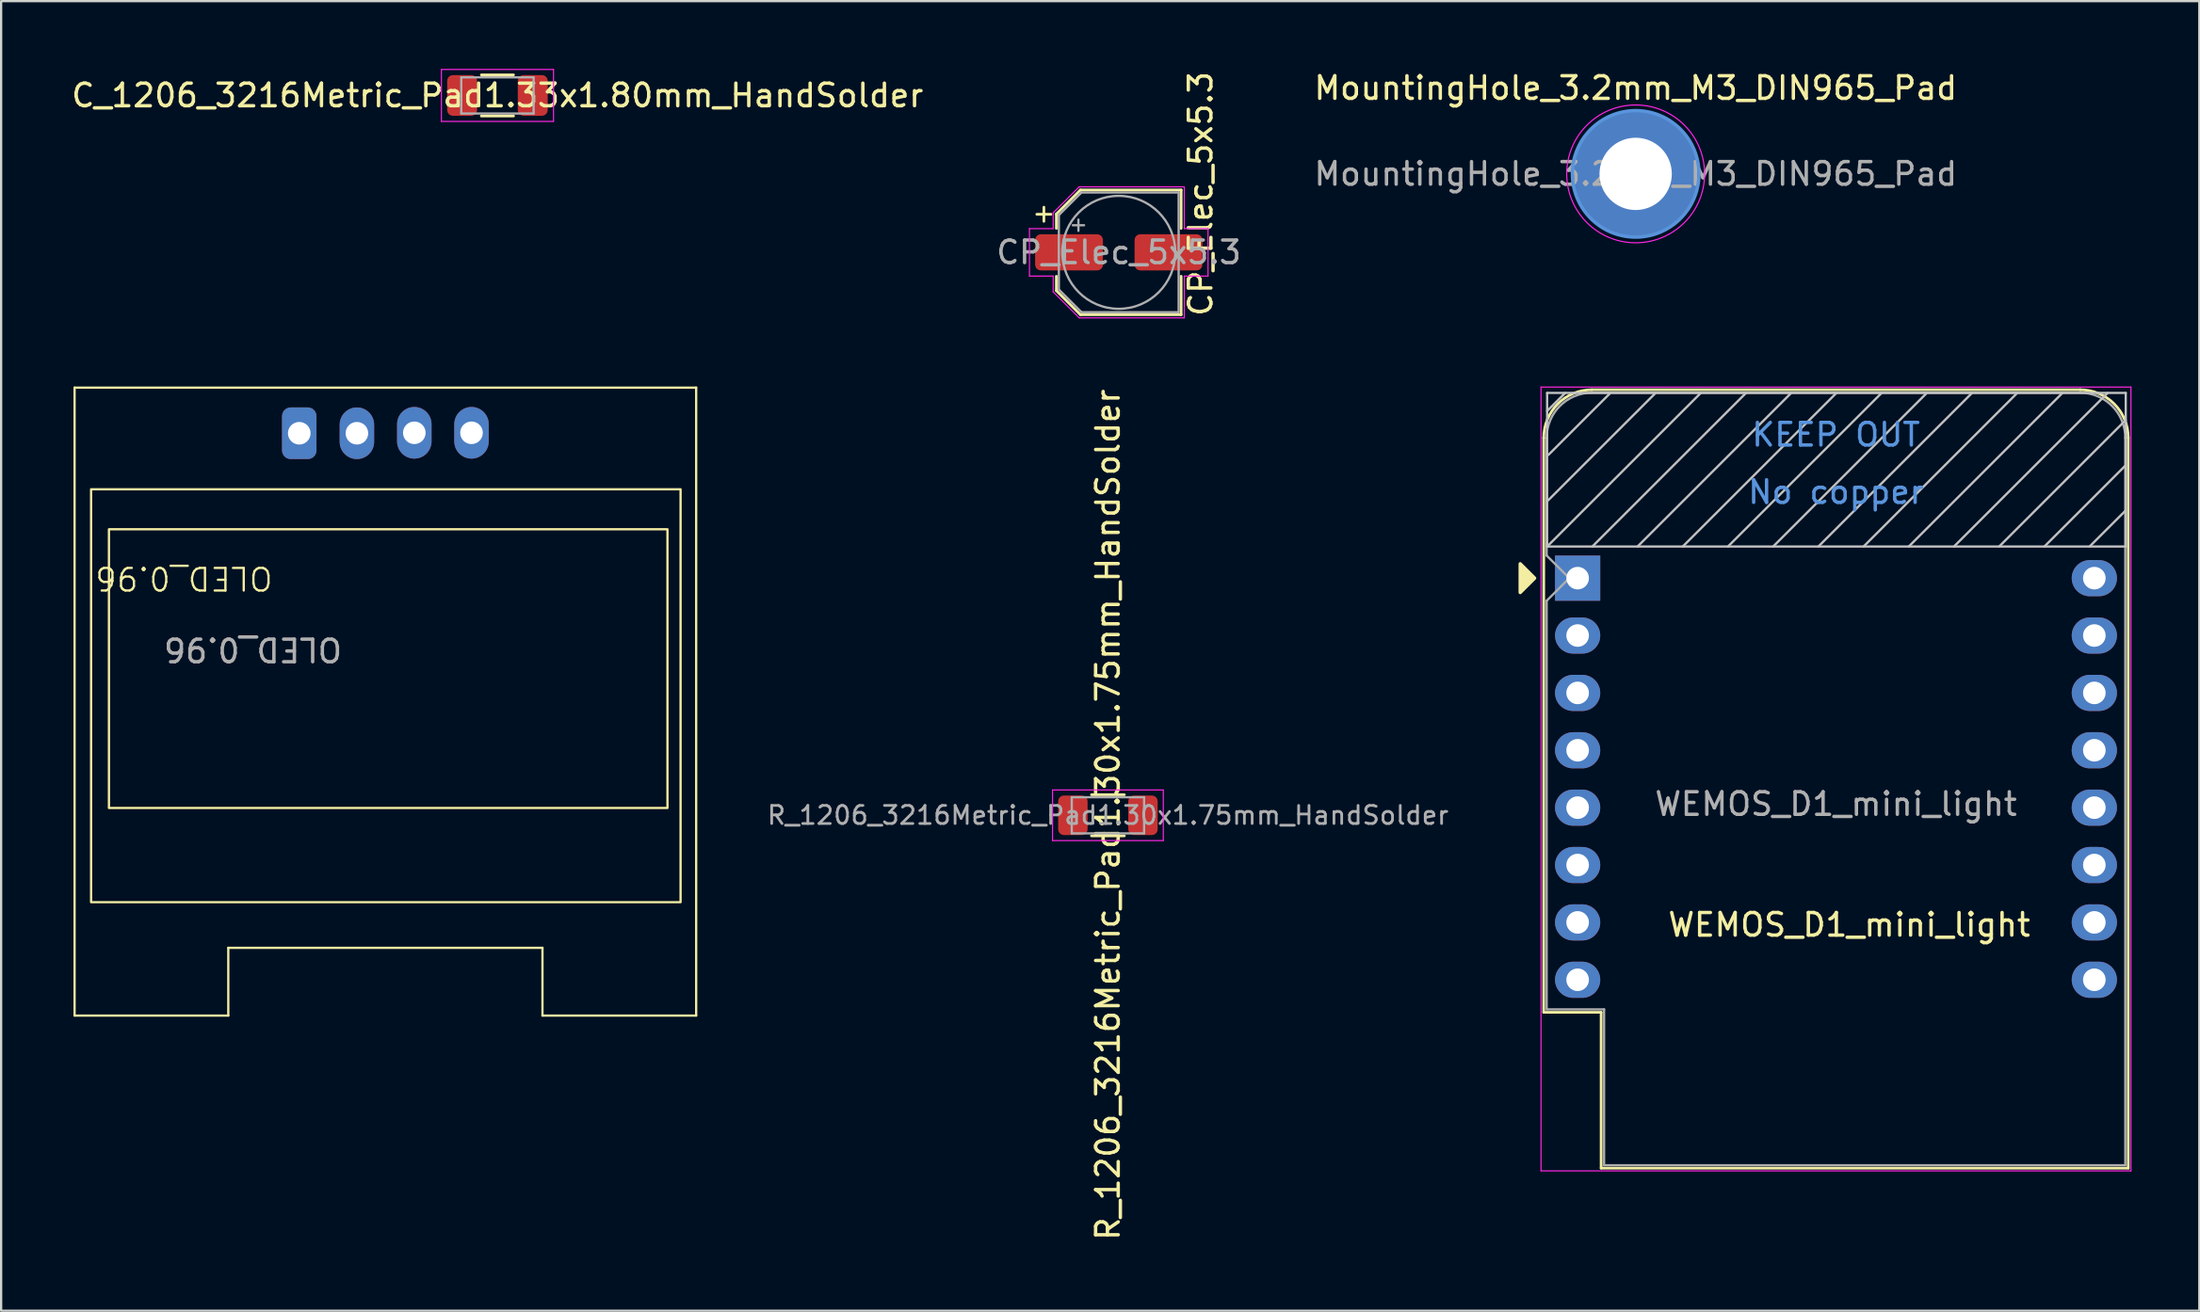
<source format=kicad_pcb>
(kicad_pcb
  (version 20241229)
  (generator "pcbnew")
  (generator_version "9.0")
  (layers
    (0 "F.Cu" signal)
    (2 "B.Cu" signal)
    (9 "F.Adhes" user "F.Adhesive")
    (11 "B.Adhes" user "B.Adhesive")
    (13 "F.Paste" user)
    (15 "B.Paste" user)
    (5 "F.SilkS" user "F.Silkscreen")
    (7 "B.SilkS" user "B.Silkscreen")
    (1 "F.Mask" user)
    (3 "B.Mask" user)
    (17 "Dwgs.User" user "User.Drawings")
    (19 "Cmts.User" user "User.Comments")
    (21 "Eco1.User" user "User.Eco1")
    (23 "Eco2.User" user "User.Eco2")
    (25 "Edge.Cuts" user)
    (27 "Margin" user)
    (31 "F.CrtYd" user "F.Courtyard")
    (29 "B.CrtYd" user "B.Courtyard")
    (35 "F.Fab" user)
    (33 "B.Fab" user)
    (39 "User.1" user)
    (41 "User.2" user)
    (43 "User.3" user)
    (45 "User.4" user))
  (footprint "CP_Elec_5x5.3"
    (layer "F.Cu")
    (at 46.446 8.121)
    (property "Reference" "CP_Elec_5x5.3" (at 3.622 -2.591 90) (layer "F.SilkS") (effects (font (size 1 1) (thickness 0.15))))
    (attr smd)
    (fp_line (start -3.625 -1.685) (end -3 -1.685) (stroke (width 0.12) (type solid)) (layer "F.SilkS"))
    (fp_line (start -3.312 -1.998) (end -3.312 -1.373) (stroke (width 0.12) (type solid)) (layer "F.SilkS"))
    (fp_line (start -2.76 -1.696) (end -2.76 -1.06) (stroke (width 0.12) (type solid)) (layer "F.SilkS"))
    (fp_line (start -2.76 -1.696) (end -1.696 -2.76) (stroke (width 0.12) (type solid)) (layer "F.SilkS"))
    (fp_line (start -2.76 1.696) (end -2.76 1.06) (stroke (width 0.12) (type solid)) (layer "F.SilkS"))
    (fp_line (start -2.76 1.696) (end -1.696 2.76) (stroke (width 0.12) (type solid)) (layer "F.SilkS"))
    (fp_line (start -1.696 -2.76) (end 2.76 -2.76) (stroke (width 0.12) (type solid)) (layer "F.SilkS"))
    (fp_line (start -1.696 2.76) (end 2.76 2.76) (stroke (width 0.12) (type solid)) (layer "F.SilkS"))
    (fp_line (start 2.76 -2.76) (end 2.76 -1.06) (stroke (width 0.12) (type solid)) (layer "F.SilkS"))
    (fp_line (start 2.76 2.76) (end 2.76 1.06) (stroke (width 0.12) (type solid)) (layer "F.SilkS"))
    (fp_line (start -3.95 -1.05) (end -3.95 1.05) (stroke (width 0.05) (type solid)) (layer "F.CrtYd"))
    (fp_line (start -3.95 1.05) (end -2.9 1.05) (stroke (width 0.05) (type solid)) (layer "F.CrtYd"))
    (fp_line (start -2.9 -1.75) (end -2.9 -1.05) (stroke (width 0.05) (type solid)) (layer "F.CrtYd"))
    (fp_line (start -2.9 -1.75) (end -1.75 -2.9) (stroke (width 0.05) (type solid)) (layer "F.CrtYd"))
    (fp_line (start -2.9 -1.05) (end -3.95 -1.05) (stroke (width 0.05) (type solid)) (layer "F.CrtYd"))
    (fp_line (start -2.9 1.05) (end -2.9 1.75) (stroke (width 0.05) (type solid)) (layer "F.CrtYd"))
    (fp_line (start -2.9 1.75) (end -1.75 2.9) (stroke (width 0.05) (type solid)) (layer "F.CrtYd"))
    (fp_line (start -1.75 -2.9) (end 2.9 -2.9) (stroke (width 0.05) (type solid)) (layer "F.CrtYd"))
    (fp_line (start -1.75 2.9) (end 2.9 2.9) (stroke (width 0.05) (type solid)) (layer "F.CrtYd"))
    (fp_line (start 2.9 -2.9) (end 2.9 -1.05) (stroke (width 0.05) (type solid)) (layer "F.CrtYd"))
    (fp_line (start 2.9 -1.05) (end 3.95 -1.05) (stroke (width 0.05) (type solid)) (layer "F.CrtYd"))
    (fp_line (start 2.9 1.05) (end 2.9 2.9) (stroke (width 0.05) (type solid)) (layer "F.CrtYd"))
    (fp_line (start 3.95 -1.05) (end 3.95 1.05) (stroke (width 0.05) (type solid)) (layer "F.CrtYd"))
    (fp_line (start 3.95 1.05) (end 2.9 1.05) (stroke (width 0.05) (type solid)) (layer "F.CrtYd"))
    (fp_line (start -2.65 -1.65) (end -2.65 1.65) (stroke (width 0.1) (type solid)) (layer "F.Fab"))
    (fp_line (start -2.65 -1.65) (end -1.65 -2.65) (stroke (width 0.1) (type solid)) (layer "F.Fab"))
    (fp_line (start -2.65 1.65) (end -1.65 2.65) (stroke (width 0.1) (type solid)) (layer "F.Fab"))
    (fp_line (start -2.034 -1.2) (end -1.534 -1.2) (stroke (width 0.1) (type solid)) (layer "F.Fab"))
    (fp_line (start -1.784 -1.45) (end -1.784 -0.95) (stroke (width 0.1) (type solid)) (layer "F.Fab"))
    (fp_line (start -1.65 -2.65) (end 2.65 -2.65) (stroke (width 0.1) (type solid)) (layer "F.Fab"))
    (fp_line (start -1.65 2.65) (end 2.65 2.65) (stroke (width 0.1) (type solid)) (layer "F.Fab"))
    (fp_line (start 2.65 -2.65) (end 2.65 2.65) (stroke (width 0.1) (type solid)) (layer "F.Fab"))
    (fp_circle (center 0 0) (end 2.5 0) (stroke (width 0.1) (type solid)) (fill no) (layer "F.Fab"))
    (fp_text user "${REFERENCE}" (at 0 0 0) (layer "F.Fab") (effects (font (size 1 1) (thickness 0.15))))
    (pad "1" smd roundrect (at -2.2 0) (size 3 1.6) (layers "F.Cu" "F.Mask" "F.Paste") (roundrect_rratio 0.156))
    (pad "2" smd roundrect (at 2.2 0) (size 3 1.6) (layers "F.Cu" "F.Mask" "F.Paste") (roundrect_rratio 0.156)))
  (footprint "R_1206_3216Metric_Pad1.30x1.75mm_HandSolder"
    (layer "F.Cu")
    (at 45.967 33.043)
    (property "Reference" "R_1206_3216Metric_Pad1.30x1.75mm_HandSolder" (at 0 -0.025 270) (layer "F.SilkS") (effects (font (size 1 1) (thickness 0.15))))
    (attr smd)
    (fp_line (start -0.727 -0.91) (end 0.727 -0.91) (stroke (width 0.12) (type solid)) (layer "F.SilkS"))
    (fp_line (start -0.727 0.91) (end 0.727 0.91) (stroke (width 0.12) (type solid)) (layer "F.SilkS"))
    (fp_line (start -2.45 -1.12) (end 2.45 -1.12) (stroke (width 0.05) (type solid)) (layer "F.CrtYd"))
    (fp_line (start -2.45 1.12) (end -2.45 -1.12) (stroke (width 0.05) (type solid)) (layer "F.CrtYd"))
    (fp_line (start 2.45 -1.12) (end 2.45 1.12) (stroke (width 0.05) (type solid)) (layer "F.CrtYd"))
    (fp_line (start 2.45 1.12) (end -2.45 1.12) (stroke (width 0.05) (type solid)) (layer "F.CrtYd"))
    (fp_line (start -1.6 -0.8) (end 1.6 -0.8) (stroke (width 0.1) (type solid)) (layer "F.Fab"))
    (fp_line (start -1.6 0.8) (end -1.6 -0.8) (stroke (width 0.1) (type solid)) (layer "F.Fab"))
    (fp_line (start 1.6 -0.8) (end 1.6 0.8) (stroke (width 0.1) (type solid)) (layer "F.Fab"))
    (fp_line (start 1.6 0.8) (end -1.6 0.8) (stroke (width 0.1) (type solid)) (layer "F.Fab"))
    (fp_text user "${REFERENCE}" (at 0 0 0) (layer "F.Fab") (effects (font (size 0.8 0.8) (thickness 0.12))))
    (pad "1" smd roundrect (at -1.55 0) (size 1.3 1.75) (layers "F.Cu" "F.Mask" "F.Paste") (roundrect_rratio 0.192))
    (pad "2" smd roundrect (at 1.55 0) (size 1.3 1.75) (layers "F.Cu" "F.Mask" "F.Paste") (roundrect_rratio 0.192)))
  (footprint "OLED_0.96"
    (layer "F.Cu")
    (at 0.25 41.91)
    (property "Reference" "OLED_0.96" (at 4.84 -19.36 180) (unlocked yes) (layer "F.SilkS") (effects (font (size 1 1) (thickness 0.1))))
    (attr through_hole)
    (fp_line (start 0 -27.8) (end 27.5 -27.8) (stroke (width 0.1) (type default)) (layer "F.SilkS"))
    (fp_line (start 0 0) (end 0 -27.8) (stroke (width 0.1) (type default)) (layer "F.SilkS"))
    (fp_line (start 0 0) (end 6.8 0) (stroke (width 0.1) (type default)) (layer "F.SilkS"))
    (fp_line (start 6.8 -3) (end 20.7 -3) (stroke (width 0.1) (type default)) (layer "F.SilkS"))
    (fp_line (start 6.8 0) (end 6.8 -3) (stroke (width 0.1) (type default)) (layer "F.SilkS"))
    (fp_line (start 20.7 0) (end 20.7 -3) (stroke (width 0.1) (type default)) (layer "F.SilkS"))
    (fp_line (start 27.5 -27.8) (end 27.5 0) (stroke (width 0.1) (type default)) (layer "F.SilkS"))
    (fp_line (start 27.5 0) (end 20.7 0) (stroke (width 0.1) (type default)) (layer "F.SilkS"))
    (fp_rect (start 0.73 -23.3) (end 26.81 -5.02) (stroke (width 0.1) (type default)) (fill no) (layer "F.SilkS"))
    (fp_rect (start 1.52 -21.53) (end 26.23 -9.19) (stroke (width 0.1) (type default)) (fill no) (layer "F.SilkS"))
    (fp_text user "${REFERENCE}" (at 7.89 -16.21 180) (unlocked yes) (layer "F.Fab") (effects (font (size 1 1) (thickness 0.15))))
    (pad "1" thru_hole roundrect (at 9.94 -25.78 270) (size 2.286 1.524) (drill 1) (layers "*.Cu" "*.Mask") (roundrect_rratio 0.25))
    (pad "2" thru_hole oval (at 12.49 -25.78 270) (size 2.286 1.524) (drill 1) (layers "*.Cu" "*.Mask"))
    (pad "3" thru_hole oval (at 15.03 -25.8 270) (size 2.286 1.524) (drill 1) (layers "*.Cu" "*.Mask"))
    (pad "4" thru_hole oval (at 17.56 -25.8 270) (size 2.286 1.524) (drill 1) (layers "*.Cu" "*.Mask")))
  (footprint "C_1206_3216Metric_Pad1.33x1.80mm_HandSolder"
    (layer "F.Cu")
    (at 18.958 1.175)
    (property "Reference" "C_1206_3216Metric_Pad1.33x1.80mm_HandSolder" (at 0 0 0) (layer "F.SilkS") (effects (font (size 1 1) (thickness 0.15))))
    (attr smd)
    (fp_line (start -0.711 -0.91) (end 0.711 -0.91) (stroke (width 0.12) (type solid)) (layer "F.SilkS"))
    (fp_line (start -0.711 0.91) (end 0.711 0.91) (stroke (width 0.12) (type solid)) (layer "F.SilkS"))
    (fp_line (start -2.48 -1.15) (end 2.48 -1.15) (stroke (width 0.05) (type solid)) (layer "F.CrtYd"))
    (fp_line (start -2.48 1.15) (end -2.48 -1.15) (stroke (width 0.05) (type solid)) (layer "F.CrtYd"))
    (fp_line (start 2.48 -1.15) (end 2.48 1.15) (stroke (width 0.05) (type solid)) (layer "F.CrtYd"))
    (fp_line (start 2.48 1.15) (end -2.48 1.15) (stroke (width 0.05) (type solid)) (layer "F.CrtYd"))
    (fp_line (start -1.6 -0.8) (end 1.6 -0.8) (stroke (width 0.1) (type solid)) (layer "F.Fab"))
    (fp_line (start -1.6 0.8) (end -1.6 -0.8) (stroke (width 0.1) (type solid)) (layer "F.Fab"))
    (fp_line (start 1.6 -0.8) (end 1.6 0.8) (stroke (width 0.1) (type solid)) (layer "F.Fab"))
    (fp_line (start 1.6 0.8) (end -1.6 0.8) (stroke (width 0.1) (type solid)) (layer "F.Fab"))
    (pad "1" smd roundrect (at -1.562 0) (size 1.325 1.8) (layers "F.Cu" "F.Mask" "F.Paste") (roundrect_rratio 0.189))
    (pad "2" smd roundrect (at 1.562 0) (size 1.325 1.8) (layers "F.Cu" "F.Mask" "F.Paste") (roundrect_rratio 0.189)))
  (footprint "MountingHole_3.2mm_M3_DIN965_Pad"
    (layer "F.Cu")
    (at 69.315 4.648)
    (property "Reference" "MountingHole_3.2mm_M3_DIN965_Pad" (at 0 -3.8 0) (layer "F.SilkS") (effects (font (size 1 1) (thickness 0.15))))
    (attr exclude_from_pos_files)
    (fp_circle (center 0 0) (end 2.8 0) (stroke (width 0.15) (type solid)) (fill no) (layer "Cmts.User"))
    (fp_circle (center 0 0) (end 3.05 0) (stroke (width 0.05) (type solid)) (fill no) (layer "F.CrtYd"))
    (fp_text user "${REFERENCE}" (at 0 0 0) (layer "F.Fab") (effects (font (size 1 1) (thickness 0.15))))
    (pad "1" thru_hole circle (at 0 0) (size 5.6 5.6) (drill 3.2) (layers "*.Cu" "*.Mask")))
  (footprint "WEMOS_D1_mini_light"
    (layer "F.Cu")
    (at 66.748 22.545)
    (property "Reference" "WEMOS_D1_mini_light" (at 12.017 15.347 0) (layer "F.SilkS") (effects (font (size 1 1) (thickness 0.15))))
    (attr through_hole)
    (fp_line (start -1.5 19.22) (end -1.5 -6.21) (stroke (width 0.12) (type solid)) (layer "F.SilkS"))
    (fp_line (start -1.5 19.22) (end 1.04 19.22) (stroke (width 0.12) (type solid)) (layer "F.SilkS"))
    (fp_line (start 1.04 19.22) (end 1.04 26.12) (stroke (width 0.12) (type solid)) (layer "F.SilkS"))
    (fp_line (start 1.04 26.12) (end 24.36 26.12) (stroke (width 0.12) (type solid)) (layer "F.SilkS"))
    (fp_line (start 22.24 -8.34) (end 0.63 -8.34) (stroke (width 0.12) (type solid)) (layer "F.SilkS"))
    (fp_line (start 24.36 26.12) (end 24.36 -6.21) (stroke (width 0.12) (type solid)) (layer "F.SilkS"))
    (fp_arc (start -1.5 -6.21) (mid -0.876137 -7.716137) (end 0.63 -8.34) (stroke (width 0.12) (type solid)) (layer "F.SilkS"))
    (fp_arc (start 22.23 -8.34) (mid 23.736137 -7.716137) (end 24.36 -6.21) (stroke (width 0.12) (type solid)) (layer "F.SilkS"))
    (fp_poly (pts (xy -2.54 -0.635) (xy -2.54 0.635) (xy -1.905 0)) (stroke (width 0.15) (type solid)) (fill yes) (layer "F.SilkS"))
    (fp_line (start -1.35 -8.2) (end -1.35 -1.4) (stroke (width 0.1) (type solid)) (layer "Dwgs.User"))
    (fp_line (start -1.35 -7.4) (end -0.55 -8.2) (stroke (width 0.1) (type solid)) (layer "Dwgs.User"))
    (fp_line (start -1.35 -3.4) (end 3.45 -8.2) (stroke (width 0.1) (type solid)) (layer "Dwgs.User"))
    (fp_line (start -1.35 -1.4) (end 5.45 -8.2) (stroke (width 0.1) (type solid)) (layer "Dwgs.User"))
    (fp_line (start -1.35 -1.4) (end 24.25 -1.4) (stroke (width 0.1) (type solid)) (layer "Dwgs.User"))
    (fp_line (start -1.3 -5.45) (end 1.45 -8.2) (stroke (width 0.1) (type solid)) (layer "Dwgs.User"))
    (fp_line (start 0.65 -1.4) (end 7.45 -8.2) (stroke (width 0.1) (type solid)) (layer "Dwgs.User"))
    (fp_line (start 2.65 -1.4) (end 9.45 -8.2) (stroke (width 0.1) (type solid)) (layer "Dwgs.User"))
    (fp_line (start 4.65 -1.4) (end 11.45 -8.2) (stroke (width 0.1) (type solid)) (layer "Dwgs.User"))
    (fp_line (start 6.65 -1.4) (end 13.45 -8.2) (stroke (width 0.1) (type solid)) (layer "Dwgs.User"))
    (fp_line (start 8.65 -1.4) (end 15.45 -8.2) (stroke (width 0.1) (type solid)) (layer "Dwgs.User"))
    (fp_line (start 10.65 -1.4) (end 17.45 -8.2) (stroke (width 0.1) (type solid)) (layer "Dwgs.User"))
    (fp_line (start 12.65 -1.4) (end 19.45 -8.2) (stroke (width 0.1) (type solid)) (layer "Dwgs.User"))
    (fp_line (start 14.65 -1.4) (end 21.45 -8.2) (stroke (width 0.1) (type solid)) (layer "Dwgs.User"))
    (fp_line (start 16.65 -1.4) (end 23.45 -8.2) (stroke (width 0.1) (type solid)) (layer "Dwgs.User"))
    (fp_line (start 18.65 -1.4) (end 24.25 -7) (stroke (width 0.1) (type solid)) (layer "Dwgs.User"))
    (fp_line (start 20.65 -1.4) (end 24.25 -5) (stroke (width 0.1) (type solid)) (layer "Dwgs.User"))
    (fp_line (start 22.65 -1.4) (end 24.25 -3) (stroke (width 0.1) (type solid)) (layer "Dwgs.User"))
    (fp_line (start 24.25 -8.2) (end -1.35 -8.2) (stroke (width 0.1) (type solid)) (layer "Dwgs.User"))
    (fp_line (start 24.25 -1.4) (end 24.25 -8.2) (stroke (width 0.1) (type solid)) (layer "Dwgs.User"))
    (fp_line (start -1.62 -8.46) (end 24.48 -8.46) (stroke (width 0.05) (type solid)) (layer "F.CrtYd"))
    (fp_line (start -1.62 26.24) (end -1.62 -8.46) (stroke (width 0.05) (type solid)) (layer "F.CrtYd"))
    (fp_line (start 24.48 -8.46) (end 24.48 26.24) (stroke (width 0.05) (type solid)) (layer "F.CrtYd"))
    (fp_line (start 24.48 26.24) (end -1.62 26.24) (stroke (width 0.05) (type solid)) (layer "F.CrtYd"))
    (fp_line (start -1.37 -6.21) (end -1.37 -1) (stroke (width 0.1) (type solid)) (layer "F.Fab"))
    (fp_line (start -1.37 1) (end -1.37 19.09) (stroke (width 0.1) (type solid)) (layer "F.Fab"))
    (fp_line (start -1.37 1) (end -0.37 0) (stroke (width 0.1) (type solid)) (layer "F.Fab"))
    (fp_line (start -1.37 19.09) (end 1.17 19.09) (stroke (width 0.1) (type solid)) (layer "F.Fab"))
    (fp_line (start -0.37 0) (end -1.37 -1) (stroke (width 0.1) (type solid)) (layer "F.Fab"))
    (fp_line (start 1.17 19.09) (end 1.17 25.99) (stroke (width 0.1) (type solid)) (layer "F.Fab"))
    (fp_line (start 1.17 25.99) (end 24.23 25.99) (stroke (width 0.1) (type solid)) (layer "F.Fab"))
    (fp_line (start 22.23 -8.21) (end 0.63 -8.21) (stroke (width 0.1) (type solid)) (layer "F.Fab"))
    (fp_line (start 24.23 25.99) (end 24.23 -6.21) (stroke (width 0.1) (type solid)) (layer "F.Fab"))
    (fp_arc (start -1.37 -6.21) (mid -0.784214 -7.624214) (end 0.63 -8.21) (stroke (width 0.1) (type solid)) (layer "F.Fab"))
    (fp_arc (start 22.25 -8.21) (mid 23.658356 -7.610071) (end 24.23 -6.19) (stroke (width 0.1) (type solid)) (layer "F.Fab"))
    (fp_text user "KEEP OUT" (at 11.43 -6.35 0) (layer "Cmts.User") (effects (font (size 1 1) (thickness 0.15))))
    (fp_text user "No copper" (at 11.43 -3.81 0) (layer "Cmts.User") (effects (font (size 1 1) (thickness 0.15))))
    (fp_text user "${REFERENCE}" (at 11.43 10 0) (layer "F.Fab") (effects (font (size 1 1) (thickness 0.15))))
    (pad "1" thru_hole rect (at 0 0) (size 2 2) (drill 1) (layers "*.Cu" "*.Mask"))
    (pad "2" thru_hole oval (at 0 2.54) (size 2 1.6) (drill 1) (layers "*.Cu" "*.Mask"))
    (pad "3" thru_hole oval (at 0 5.08) (size 2 1.6) (drill 1) (layers "*.Cu" "*.Mask"))
    (pad "4" thru_hole oval (at 0 7.62) (size 2 1.6) (drill 1) (layers "*.Cu" "*.Mask"))
    (pad "5" thru_hole oval (at 0 10.16) (size 2 1.6) (drill 1) (layers "*.Cu" "*.Mask"))
    (pad "6" thru_hole oval (at 0 12.7) (size 2 1.6) (drill 1) (layers "*.Cu" "*.Mask"))
    (pad "7" thru_hole oval (at 0 15.24) (size 2 1.6) (drill 1) (layers "*.Cu" "*.Mask"))
    (pad "8" thru_hole oval (at 0 17.78) (size 2 1.6) (drill 1) (layers "*.Cu" "*.Mask"))
    (pad "9" thru_hole oval (at 22.86 17.78) (size 2 1.6) (drill 1) (layers "*.Cu" "*.Mask"))
    (pad "10" thru_hole oval (at 22.86 15.24) (size 2 1.6) (drill 1) (layers "*.Cu" "*.Mask"))
    (pad "11" thru_hole oval (at 22.86 12.7) (size 2 1.6) (drill 1) (layers "*.Cu" "*.Mask"))
    (pad "12" thru_hole oval (at 22.86 10.16) (size 2 1.6) (drill 1) (layers "*.Cu" "*.Mask"))
    (pad "13" thru_hole oval (at 22.86 7.62) (size 2 1.6) (drill 1) (layers "*.Cu" "*.Mask"))
    (pad "14" thru_hole oval (at 22.86 5.08) (size 2 1.6) (drill 1) (layers "*.Cu" "*.Mask"))
    (pad "15" thru_hole oval (at 22.86 2.54) (size 2 1.6) (drill 1) (layers "*.Cu" "*.Mask"))
    (pad "16" thru_hole oval (at 22.86 0) (size 2 1.6) (drill 1) (layers "*.Cu" "*.Mask")))
  (gr_rect
    (start -3 -3)
    (end 94.253 54.976)
    (stroke (width 0.1) (type default))
    (fill no)
    (layer "Edge.Cuts")))
</source>
